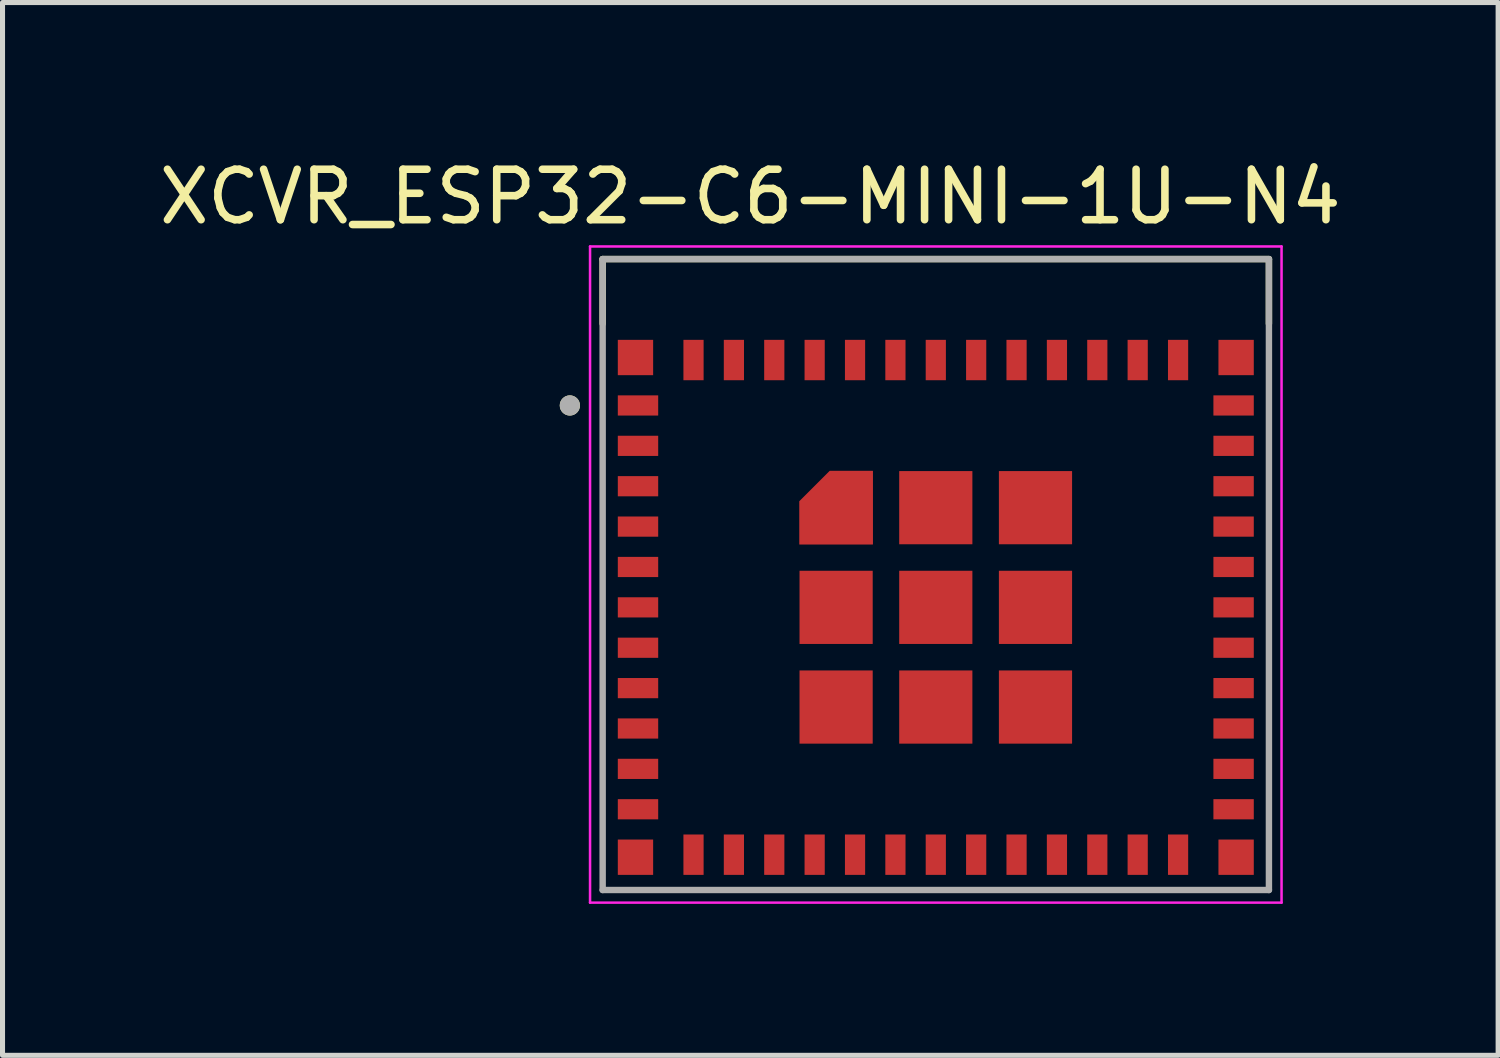
<source format=kicad_pcb>
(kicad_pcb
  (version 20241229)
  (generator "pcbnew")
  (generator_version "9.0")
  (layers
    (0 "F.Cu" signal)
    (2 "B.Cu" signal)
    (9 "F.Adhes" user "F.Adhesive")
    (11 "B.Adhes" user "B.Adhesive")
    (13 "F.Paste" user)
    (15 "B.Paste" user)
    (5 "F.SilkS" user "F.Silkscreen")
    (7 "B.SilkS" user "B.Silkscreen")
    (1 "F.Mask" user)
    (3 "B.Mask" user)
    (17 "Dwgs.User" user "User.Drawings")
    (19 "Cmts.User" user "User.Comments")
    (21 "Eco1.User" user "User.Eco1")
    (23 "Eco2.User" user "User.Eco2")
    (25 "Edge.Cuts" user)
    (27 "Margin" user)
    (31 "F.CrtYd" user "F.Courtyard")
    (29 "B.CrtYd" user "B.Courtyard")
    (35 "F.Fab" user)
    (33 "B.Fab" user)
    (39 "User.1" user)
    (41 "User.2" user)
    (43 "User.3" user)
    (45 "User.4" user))
  (footprint "XCVR_ESP32-C6-MINI-1U-N4"
    (layer "F.Cu")
    (at 15.49 8.983)
    (property "Reference" "XCVR_ESP32-C6-MINI-1U-N4" (at -3.675 -8.135 0) (layer "F.SilkS") (effects (font (size 1 1) (thickness 0.15))))
    (attr smd)
    (fp_poly (pts (xy -2.8 -1.15) (xy -1.15 -1.15) (xy -1.15 -2.8) (xy -2.15 -2.8) (xy -2.8 -2.15)) (stroke (width 0.01) (type solid)) (fill yes) (layer "F.Mask"))
    (fp_line (start -6.6 -6.9) (end 6.6 -6.9) (stroke (width 0.127) (type solid)) (layer "F.SilkS"))
    (fp_line (start -6.6 -5.62) (end -6.6 -6.9) (stroke (width 0.127) (type solid)) (layer "F.SilkS"))
    (fp_line (start 6.6 -6.9) (end 6.6 -5.62) (stroke (width 0.127) (type solid)) (layer "F.SilkS"))
    (fp_circle (center -7.25 -4) (end -7.15 -4) (stroke (width 0.2) (type solid)) (fill no) (layer "F.SilkS"))
    (fp_poly (pts (xy -2.7 -1.25) (xy -1.25 -1.25) (xy -1.25 -2.7) (xy -2.1 -2.7) (xy -2.7 -2.1)) (stroke (width 0.01) (type solid)) (fill yes) (layer "F.Paste"))
    (fp_line (start -6.85 -7.15) (end -6.85 5.85) (stroke (width 0.05) (type solid)) (layer "F.CrtYd"))
    (fp_line (start -6.85 5.85) (end 6.85 5.85) (stroke (width 0.05) (type solid)) (layer "F.CrtYd"))
    (fp_line (start 6.85 -7.15) (end -6.85 -7.15) (stroke (width 0.05) (type solid)) (layer "F.CrtYd"))
    (fp_line (start 6.85 5.85) (end 6.85 -7.15) (stroke (width 0.05) (type solid)) (layer "F.CrtYd"))
    (fp_line (start -6.6 -6.9) (end 6.6 -6.9) (stroke (width 0.127) (type solid)) (layer "F.Fab"))
    (fp_line (start -6.6 5.6) (end -6.6 -6.9) (stroke (width 0.127) (type solid)) (layer "F.Fab"))
    (fp_line (start 6.6 -6.9) (end 6.6 5.6) (stroke (width 0.127) (type solid)) (layer "F.Fab"))
    (fp_line (start 6.6 5.6) (end -6.6 5.6) (stroke (width 0.127) (type solid)) (layer "F.Fab"))
    (fp_circle (center -7.25 -4) (end -7.15 -4) (stroke (width 0.2) (type solid)) (fill no) (layer "F.Fab"))
    (pad "1" smd rect (at -5.9 -4) (size 0.8 0.4) (layers "F.Cu" "F.Mask" "F.Paste"))
    (pad "2" smd rect (at -5.9 -3.2) (size 0.8 0.4) (layers "F.Cu" "F.Mask" "F.Paste"))
    (pad "3" smd rect (at -5.9 -2.4) (size 0.8 0.4) (layers "F.Cu" "F.Mask" "F.Paste"))
    (pad "4" smd rect (at -5.9 -1.6) (size 0.8 0.4) (layers "F.Cu" "F.Mask" "F.Paste"))
    (pad "5" smd rect (at -5.9 -0.8) (size 0.8 0.4) (layers "F.Cu" "F.Mask" "F.Paste"))
    (pad "6" smd rect (at -5.9 0) (size 0.8 0.4) (layers "F.Cu" "F.Mask" "F.Paste"))
    (pad "7" smd rect (at -5.9 0.8) (size 0.8 0.4) (layers "F.Cu" "F.Mask" "F.Paste"))
    (pad "8" smd rect (at -5.9 1.6) (size 0.8 0.4) (layers "F.Cu" "F.Mask" "F.Paste"))
    (pad "9" smd rect (at -5.9 2.4) (size 0.8 0.4) (layers "F.Cu" "F.Mask" "F.Paste"))
    (pad "10" smd rect (at -5.9 3.2) (size 0.8 0.4) (layers "F.Cu" "F.Mask" "F.Paste"))
    (pad "11" smd rect (at -5.9 4) (size 0.8 0.4) (layers "F.Cu" "F.Mask" "F.Paste"))
    (pad "12" smd rect (at -4.8 4.9) (size 0.4 0.8) (layers "F.Cu" "F.Mask" "F.Paste"))
    (pad "13" smd rect (at -4 4.9) (size 0.4 0.8) (layers "F.Cu" "F.Mask" "F.Paste"))
    (pad "14" smd rect (at -3.2 4.9) (size 0.4 0.8) (layers "F.Cu" "F.Mask" "F.Paste"))
    (pad "15" smd rect (at -2.4 4.9) (size 0.4 0.8) (layers "F.Cu" "F.Mask" "F.Paste"))
    (pad "16" smd rect (at -1.6 4.9) (size 0.4 0.8) (layers "F.Cu" "F.Mask" "F.Paste"))
    (pad "17" smd rect (at -0.8 4.9) (size 0.4 0.8) (layers "F.Cu" "F.Mask" "F.Paste"))
    (pad "18" smd rect (at 0 4.9) (size 0.4 0.8) (layers "F.Cu" "F.Mask" "F.Paste"))
    (pad "19" smd rect (at 0.8 4.9) (size 0.4 0.8) (layers "F.Cu" "F.Mask" "F.Paste"))
    (pad "20" smd rect (at 1.6 4.9) (size 0.4 0.8) (layers "F.Cu" "F.Mask" "F.Paste"))
    (pad "21" smd rect (at 2.4 4.9) (size 0.4 0.8) (layers "F.Cu" "F.Mask" "F.Paste"))
    (pad "22" smd rect (at 3.2 4.9) (size 0.4 0.8) (layers "F.Cu" "F.Mask" "F.Paste"))
    (pad "23" smd rect (at 4 4.9) (size 0.4 0.8) (layers "F.Cu" "F.Mask" "F.Paste"))
    (pad "24" smd rect (at 4.8 4.9) (size 0.4 0.8) (layers "F.Cu" "F.Mask" "F.Paste"))
    (pad "25" smd rect (at 5.9 4) (size 0.8 0.4) (layers "F.Cu" "F.Mask" "F.Paste"))
    (pad "26" smd rect (at 5.9 3.2) (size 0.8 0.4) (layers "F.Cu" "F.Mask" "F.Paste"))
    (pad "27" smd rect (at 5.9 2.4) (size 0.8 0.4) (layers "F.Cu" "F.Mask" "F.Paste"))
    (pad "28" smd rect (at 5.9 1.6) (size 0.8 0.4) (layers "F.Cu" "F.Mask" "F.Paste"))
    (pad "29" smd rect (at 5.9 0.8) (size 0.8 0.4) (layers "F.Cu" "F.Mask" "F.Paste"))
    (pad "30" smd rect (at 5.9 0) (size 0.8 0.4) (layers "F.Cu" "F.Mask" "F.Paste"))
    (pad "31" smd rect (at 5.9 -0.8) (size 0.8 0.4) (layers "F.Cu" "F.Mask" "F.Paste"))
    (pad "32" smd rect (at 5.9 -1.6) (size 0.8 0.4) (layers "F.Cu" "F.Mask" "F.Paste"))
    (pad "33" smd rect (at 5.9 -2.4) (size 0.8 0.4) (layers "F.Cu" "F.Mask" "F.Paste"))
    (pad "34" smd rect (at 5.9 -3.2) (size 0.8 0.4) (layers "F.Cu" "F.Mask" "F.Paste"))
    (pad "35" smd rect (at 5.9 -4) (size 0.8 0.4) (layers "F.Cu" "F.Mask" "F.Paste"))
    (pad "36" smd rect (at 4.8 -4.9) (size 0.4 0.8) (layers "F.Cu" "F.Mask" "F.Paste"))
    (pad "37" smd rect (at 4 -4.9) (size 0.4 0.8) (layers "F.Cu" "F.Mask" "F.Paste"))
    (pad "38" smd rect (at 3.2 -4.9) (size 0.4 0.8) (layers "F.Cu" "F.Mask" "F.Paste"))
    (pad "39" smd rect (at 2.4 -4.9) (size 0.4 0.8) (layers "F.Cu" "F.Mask" "F.Paste"))
    (pad "40" smd rect (at 1.6 -4.9) (size 0.4 0.8) (layers "F.Cu" "F.Mask" "F.Paste"))
    (pad "41" smd rect (at 0.8 -4.9) (size 0.4 0.8) (layers "F.Cu" "F.Mask" "F.Paste"))
    (pad "42" smd rect (at 0 -4.9) (size 0.4 0.8) (layers "F.Cu" "F.Mask" "F.Paste"))
    (pad "43" smd rect (at -0.8 -4.9) (size 0.4 0.8) (layers "F.Cu" "F.Mask" "F.Paste"))
    (pad "44" smd rect (at -1.6 -4.9) (size 0.4 0.8) (layers "F.Cu" "F.Mask" "F.Paste"))
    (pad "45" smd rect (at -2.4 -4.9) (size 0.4 0.8) (layers "F.Cu" "F.Mask" "F.Paste"))
    (pad "46" smd rect (at -3.2 -4.9) (size 0.4 0.8) (layers "F.Cu" "F.Mask" "F.Paste"))
    (pad "47" smd rect (at -4 -4.9) (size 0.4 0.8) (layers "F.Cu" "F.Mask" "F.Paste"))
    (pad "48" smd rect (at -4.8 -4.9) (size 0.4 0.8) (layers "F.Cu" "F.Mask" "F.Paste"))
    (pad "49_1" smd custom (at -1.975 -1.975) (size 0.4 0.4) (layers "F.Cu") (options (anchor rect)) (primitives (gr_poly (pts (xy -0.725 0.725) (xy 0.725 0.725) (xy 0.725 -0.725) (xy -0.125 -0.725) (xy -0.725 -0.125)) (width 0.01) (fill yes))))
    (pad "49_2" smd rect (at 0 -1.975) (size 1.45 1.45) (layers "F.Cu" "F.Mask" "F.Paste"))
    (pad "49_3" smd rect (at 1.975 -1.975) (size 1.45 1.45) (layers "F.Cu" "F.Mask" "F.Paste"))
    (pad "49_4" smd rect (at -1.975 0) (size 1.45 1.45) (layers "F.Cu" "F.Mask" "F.Paste"))
    (pad "49_5" smd rect (at 0 0) (size 1.45 1.45) (layers "F.Cu" "F.Mask" "F.Paste"))
    (pad "49_6" smd rect (at 1.975 0) (size 1.45 1.45) (layers "F.Cu" "F.Mask" "F.Paste"))
    (pad "49_7" smd rect (at -1.975 1.975) (size 1.45 1.45) (layers "F.Cu" "F.Mask" "F.Paste"))
    (pad "49_8" smd rect (at 0 1.975) (size 1.45 1.45) (layers "F.Cu" "F.Mask" "F.Paste"))
    (pad "49_9" smd rect (at 1.975 1.975) (size 1.45 1.45) (layers "F.Cu" "F.Mask" "F.Paste"))
    (pad "50" smd rect (at 5.95 -4.95) (size 0.7 0.7) (layers "F.Cu" "F.Mask" "F.Paste"))
    (pad "51" smd rect (at 5.95 4.95) (size 0.7 0.7) (layers "F.Cu" "F.Mask" "F.Paste"))
    (pad "52" smd rect (at -5.95 4.95) (size 0.7 0.7) (layers "F.Cu" "F.Mask" "F.Paste"))
    (pad "53" smd rect (at -5.95 -4.95) (size 0.7 0.7) (layers "F.Cu" "F.Mask" "F.Paste")))
  (gr_rect
    (start -3 -3)
    (end 26.631 17.858)
    (stroke (width 0.1) (type default))
    (fill no)
    (layer "Edge.Cuts")))
</source>
